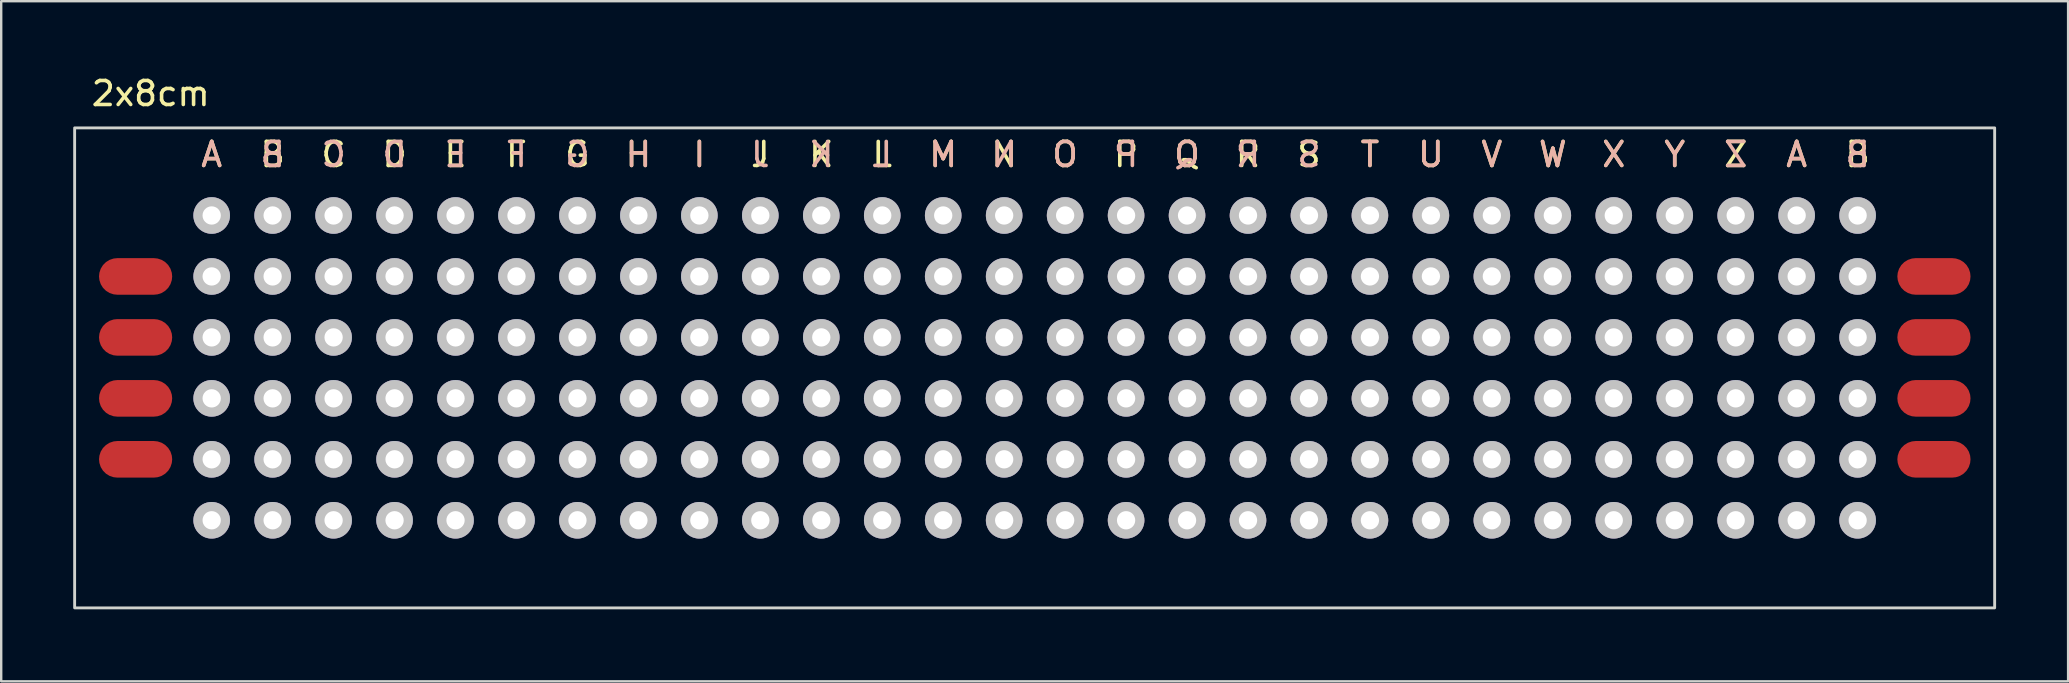
<source format=kicad_pcb>
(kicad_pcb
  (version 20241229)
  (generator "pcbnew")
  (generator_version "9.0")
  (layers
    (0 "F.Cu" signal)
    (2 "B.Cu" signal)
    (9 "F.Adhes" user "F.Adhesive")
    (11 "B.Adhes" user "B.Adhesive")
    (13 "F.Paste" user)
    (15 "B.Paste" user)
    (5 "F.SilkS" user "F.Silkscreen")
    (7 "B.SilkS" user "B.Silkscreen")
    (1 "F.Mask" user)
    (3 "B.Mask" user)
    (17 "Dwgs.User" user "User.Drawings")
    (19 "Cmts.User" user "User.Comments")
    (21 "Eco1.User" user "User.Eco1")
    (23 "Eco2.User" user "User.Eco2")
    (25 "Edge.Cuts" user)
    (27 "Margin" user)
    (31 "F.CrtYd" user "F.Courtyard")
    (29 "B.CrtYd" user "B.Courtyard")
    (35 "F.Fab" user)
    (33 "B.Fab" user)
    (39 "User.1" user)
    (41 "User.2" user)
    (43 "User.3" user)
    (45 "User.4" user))
  (footprint "2x8cm"
    (layer "F.Cu")
    (at 5.77 5.928)
    (property "Reference" "2x8cm" (at -2.54 -5.08 0) (unlocked yes) (layer "F.SilkS") (effects (font (size 1 1) (thickness 0.15))))
    (attr through_hole)
    (fp_rect (start -5.71 -3.65) (end 74.29 16.35) (stroke (width 0.12) (type solid)) (fill no) (layer "Edge.Cuts"))
    (fp_text user "R" (at 43.18 -2.54 0) (unlocked yes) (layer "F.SilkS") (effects (font (size 1 1) (thickness 0.15))))
    (fp_text user "K" (at 25.4 -2.54 0) (unlocked yes) (layer "F.SilkS") (effects (font (size 1 1) (thickness 0.15))))
    (fp_text user "I" (at 20.32 -2.54 0) (unlocked yes) (layer "F.SilkS") (effects (font (size 1 1) (thickness 0.15))))
    (fp_text user "A" (at 66.04 -2.54 0) (unlocked yes) (layer "F.SilkS") (effects (font (size 1 1) (thickness 0.15))))
    (fp_text user "T" (at 48.26 -2.54 0) (unlocked yes) (layer "F.SilkS") (effects (font (size 1 1) (thickness 0.15))))
    (fp_text user "Y" (at 60.96 -2.54 0) (unlocked yes) (layer "F.SilkS") (effects (font (size 1 1) (thickness 0.15))))
    (fp_text user "Q" (at 40.64 -2.54 0) (unlocked yes) (layer "F.SilkS") (effects (font (size 1 1) (thickness 0.15))))
    (fp_text user "L" (at 27.94 -2.54 0) (unlocked yes) (layer "F.SilkS") (effects (font (size 1 1) (thickness 0.15))))
    (fp_text user "S" (at 45.72 -2.54 0) (unlocked yes) (layer "F.SilkS") (effects (font (size 1 1) (thickness 0.15))))
    (fp_text user "P" (at 38.1 -2.54 0) (unlocked yes) (layer "F.SilkS") (effects (font (size 1 1) (thickness 0.15))))
    (fp_text user "C" (at 5.08 -2.54 0) (unlocked yes) (layer "F.SilkS") (effects (font (size 1 1) (thickness 0.15))))
    (fp_text user "X" (at 58.42 -2.54 0) (unlocked yes) (layer "F.SilkS") (effects (font (size 1 1) (thickness 0.15))))
    (fp_text user "B" (at 68.58 -2.54 0) (unlocked yes) (layer "F.SilkS") (effects (font (size 1 1) (thickness 0.15))))
    (fp_text user "H" (at 17.78 -2.54 0) (unlocked yes) (layer "F.SilkS") (effects (font (size 1 1) (thickness 0.15))))
    (fp_text user "Z" (at 63.5 -2.54 0) (unlocked yes) (layer "F.SilkS") (effects (font (size 1 1) (thickness 0.15))))
    (fp_text user "D" (at 7.62 -2.54 0) (unlocked yes) (layer "F.SilkS") (effects (font (size 1 1) (thickness 0.15))))
    (fp_text user "O" (at 35.56 -2.54 0) (unlocked yes) (layer "F.SilkS") (effects (font (size 1 1) (thickness 0.15))))
    (fp_text user "B" (at 2.54 -2.54 0) (unlocked yes) (layer "F.SilkS") (effects (font (size 1 1) (thickness 0.15))))
    (fp_text user "V" (at 53.34 -2.54 0) (unlocked yes) (layer "F.SilkS") (effects (font (size 1 1) (thickness 0.15))))
    (fp_text user "E" (at 10.16 -2.54 0) (unlocked yes) (layer "F.SilkS") (effects (font (size 1 1) (thickness 0.15))))
    (fp_text user "J" (at 22.86 -2.54 0) (unlocked yes) (layer "F.SilkS") (effects (font (size 1 1) (thickness 0.15))))
    (fp_text user "N" (at 33.02 -2.54 0) (unlocked yes) (layer "F.SilkS") (effects (font (size 1 1) (thickness 0.15))))
    (fp_text user "W" (at 55.88 -2.54 0) (unlocked yes) (layer "F.SilkS") (effects (font (size 1 1) (thickness 0.15))))
    (fp_text user "U" (at 50.8 -2.54 0) (unlocked yes) (layer "F.SilkS") (effects (font (size 1 1) (thickness 0.15))))
    (fp_text user "F" (at 12.7 -2.54 0) (unlocked yes) (layer "F.SilkS") (effects (font (size 1 1) (thickness 0.15))))
    (fp_text user "A" (at 0 -2.54 0) (unlocked yes) (layer "F.SilkS") (effects (font (size 1 1) (thickness 0.15))))
    (fp_text user "G" (at 15.24 -2.54 0) (unlocked yes) (layer "F.SilkS") (effects (font (size 1 1) (thickness 0.15))))
    (fp_text user "M" (at 30.48 -2.54 0) (unlocked yes) (layer "F.SilkS") (effects (font (size 1 1) (thickness 0.15))))
    (fp_text user "X" (at 58.42 -2.54 0) (unlocked yes) (layer "B.SilkS") (effects (font (size 1 1) (thickness 0.15)) (justify mirror)))
    (fp_text user "H" (at 17.78 -2.54 0) (unlocked yes) (layer "B.SilkS") (effects (font (size 1 1) (thickness 0.15)) (justify mirror)))
    (fp_text user "Y" (at 60.96 -2.54 0) (unlocked yes) (layer "B.SilkS") (effects (font (size 1 1) (thickness 0.15)) (justify mirror)))
    (fp_text user "D" (at 7.62 -2.54 0) (unlocked yes) (layer "B.SilkS") (effects (font (size 1 1) (thickness 0.15)) (justify mirror)))
    (fp_text user "L" (at 27.94 -2.54 0) (unlocked yes) (layer "B.SilkS") (effects (font (size 1 1) (thickness 0.15)) (justify mirror)))
    (fp_text user "S" (at 45.72 -2.54 0) (unlocked yes) (layer "B.SilkS") (effects (font (size 1 1) (thickness 0.15)) (justify mirror)))
    (fp_text user "V" (at 53.34 -2.54 0) (unlocked yes) (layer "B.SilkS") (effects (font (size 1 1) (thickness 0.15)) (justify mirror)))
    (fp_text user "O" (at 35.56 -2.54 0) (unlocked yes) (layer "B.SilkS") (effects (font (size 1 1) (thickness 0.15)) (justify mirror)))
    (fp_text user "G" (at 15.24 -2.54 0) (unlocked yes) (layer "B.SilkS") (effects (font (size 1 1) (thickness 0.15)) (justify mirror)))
    (fp_text user "B" (at 68.58 -2.54 0) (unlocked yes) (layer "B.SilkS") (effects (font (size 1 1) (thickness 0.15)) (justify mirror)))
    (fp_text user "R" (at 43.18 -2.54 0) (unlocked yes) (layer "B.SilkS") (effects (font (size 1 1) (thickness 0.15)) (justify mirror)))
    (fp_text user "C" (at 5.08 -2.54 0) (unlocked yes) (layer "B.SilkS") (effects (font (size 1 1) (thickness 0.15)) (justify mirror)))
    (fp_text user "J" (at 22.86 -2.54 0) (unlocked yes) (layer "B.SilkS") (effects (font (size 1 1) (thickness 0.15)) (justify mirror)))
    (fp_text user "N" (at 33.02 -2.54 0) (unlocked yes) (layer "B.SilkS") (effects (font (size 1 1) (thickness 0.15)) (justify mirror)))
    (fp_text user "B" (at 2.54 -2.54 0) (unlocked yes) (layer "B.SilkS") (effects (font (size 1 1) (thickness 0.15)) (justify mirror)))
    (fp_text user "P" (at 38.1 -2.54 0) (unlocked yes) (layer "B.SilkS") (effects (font (size 1 1) (thickness 0.15)) (justify mirror)))
    (fp_text user "U" (at 50.8 -2.54 0) (unlocked yes) (layer "B.SilkS") (effects (font (size 1 1) (thickness 0.15)) (justify mirror)))
    (fp_text user "F" (at 12.7 -2.54 0) (unlocked yes) (layer "B.SilkS") (effects (font (size 1 1) (thickness 0.15)) (justify mirror)))
    (fp_text user "Q" (at 40.64 -2.54 0) (unlocked yes) (layer "B.SilkS") (effects (font (size 1 1) (thickness 0.15)) (justify mirror)))
    (fp_text user "M" (at 30.48 -2.54 0) (unlocked yes) (layer "B.SilkS") (effects (font (size 1 1) (thickness 0.15)) (justify mirror)))
    (fp_text user "A" (at 66.04 -2.54 0) (unlocked yes) (layer "B.SilkS") (effects (font (size 1 1) (thickness 0.15)) (justify mirror)))
    (fp_text user "E" (at 10.16 -2.54 0) (unlocked yes) (layer "B.SilkS") (effects (font (size 1 1) (thickness 0.15)) (justify mirror)))
    (fp_text user "K" (at 25.4 -2.54 0) (unlocked yes) (layer "B.SilkS") (effects (font (size 1 1) (thickness 0.15)) (justify mirror)))
    (fp_text user "I" (at 20.32 -2.54 0) (unlocked yes) (layer "B.SilkS") (effects (font (size 1 1) (thickness 0.15)) (justify mirror)))
    (fp_text user "Z" (at 63.5 -2.54 0) (unlocked yes) (layer "B.SilkS") (effects (font (size 1 1) (thickness 0.15)) (justify mirror)))
    (fp_text user "T" (at 48.26 -2.54 0) (unlocked yes) (layer "B.SilkS") (effects (font (size 1 1) (thickness 0.15)) (justify mirror)))
    (fp_text user "W" (at 55.88 -2.54 0) (unlocked yes) (layer "B.SilkS") (effects (font (size 1 1) (thickness 0.15)) (justify mirror)))
    (fp_text user "A" (at 0 -2.54 0) (unlocked yes) (layer "B.SilkS") (effects (font (size 1 1) (thickness 0.15)) (justify mirror)))
    (pad "1" smd roundrect (at -3.17 2.54) (size 3.048 1.524) (layers "F.Cu" "F.Mask" "F.Paste") (roundrect_rratio 0.5))
    (pad "1" thru_hole circle (at 0 0) (size 1.524 1.524) (drill 0.762) (layers "*.Cu" "Dwgs.User"))
    (pad "1" smd roundrect (at 71.76 2.54) (size 3.048 1.524) (layers "F.Cu" "F.Mask" "F.Paste") (roundrect_rratio 0.5))
    (pad "2" smd roundrect (at -3.17 5.08) (size 3.048 1.524) (layers "F.Cu" "F.Mask" "F.Paste") (roundrect_rratio 0.5))
    (pad "2" thru_hole circle (at 2.54 0) (size 1.524 1.524) (drill 0.762) (layers "*.Cu" "Dwgs.User"))
    (pad "2" smd roundrect (at 71.76 5.08) (size 3.048 1.524) (layers "F.Cu" "F.Mask" "F.Paste") (roundrect_rratio 0.5))
    (pad "3" smd roundrect (at -3.17 7.62) (size 3.048 1.524) (layers "F.Cu" "F.Mask" "F.Paste") (roundrect_rratio 0.5))
    (pad "3" thru_hole circle (at 5.08 0) (size 1.524 1.524) (drill 0.762) (layers "*.Cu" "Dwgs.User"))
    (pad "3" smd roundrect (at 71.76 7.62) (size 3.048 1.524) (layers "F.Cu" "F.Mask" "F.Paste") (roundrect_rratio 0.5))
    (pad "4" smd roundrect (at -3.17 10.16) (size 3.048 1.524) (layers "F.Cu" "F.Mask" "F.Paste") (roundrect_rratio 0.5))
    (pad "4" thru_hole circle (at 7.62 0) (size 1.524 1.524) (drill 0.762) (layers "*.Cu" "Dwgs.User"))
    (pad "4" smd roundrect (at 71.76 10.16) (size 3.048 1.524) (layers "F.Cu" "F.Mask" "F.Paste") (roundrect_rratio 0.5))
    (pad "5" thru_hole circle (at 10.16 0) (size 1.524 1.524) (drill 0.762) (layers "*.Cu" "Dwgs.User"))
    (pad "6" thru_hole circle (at 12.7 0) (size 1.524 1.524) (drill 0.762) (layers "*.Cu" "Dwgs.User"))
    (pad "7" thru_hole circle (at 15.24 0) (size 1.524 1.524) (drill 0.762) (layers "*.Cu" "Dwgs.User"))
    (pad "8" thru_hole circle (at 17.78 0) (size 1.524 1.524) (drill 0.762) (layers "*.Cu" "Dwgs.User"))
    (pad "9" thru_hole circle (at 20.32 0) (size 1.524 1.524) (drill 0.762) (layers "*.Cu" "Dwgs.User"))
    (pad "10" thru_hole circle (at 22.86 0) (size 1.524 1.524) (drill 0.762) (layers "*.Cu" "Dwgs.User"))
    (pad "11" thru_hole circle (at 25.4 0) (size 1.524 1.524) (drill 0.762) (layers "*.Cu" "Dwgs.User"))
    (pad "12" thru_hole circle (at 27.94 0) (size 1.524 1.524) (drill 0.762) (layers "*.Cu" "Dwgs.User"))
    (pad "13" thru_hole circle (at 30.48 0) (size 1.524 1.524) (drill 0.762) (layers "*.Cu" "Dwgs.User"))
    (pad "14" thru_hole circle (at 33.02 0) (size 1.524 1.524) (drill 0.762) (layers "*.Cu" "Dwgs.User"))
    (pad "15" thru_hole circle (at 35.56 0) (size 1.524 1.524) (drill 0.762) (layers "*.Cu" "Dwgs.User"))
    (pad "16" thru_hole circle (at 38.1 0) (size 1.524 1.524) (drill 0.762) (layers "*.Cu" "Dwgs.User"))
    (pad "17" thru_hole circle (at 40.64 0) (size 1.524 1.524) (drill 0.762) (layers "*.Cu" "Dwgs.User"))
    (pad "18" thru_hole circle (at 43.18 0) (size 1.524 1.524) (drill 0.762) (layers "*.Cu" "Dwgs.User"))
    (pad "19" thru_hole circle (at 45.72 0) (size 1.524 1.524) (drill 0.762) (layers "*.Cu" "Dwgs.User"))
    (pad "20" thru_hole circle (at 48.26 0) (size 1.524 1.524) (drill 0.762) (layers "*.Cu" "Dwgs.User"))
    (pad "21" thru_hole circle (at 50.8 0) (size 1.524 1.524) (drill 0.762) (layers "*.Cu" "Dwgs.User"))
    (pad "22" thru_hole circle (at 53.34 0) (size 1.524 1.524) (drill 0.762) (layers "*.Cu" "Dwgs.User"))
    (pad "23" thru_hole circle (at 55.88 0) (size 1.524 1.524) (drill 0.762) (layers "*.Cu" "Dwgs.User"))
    (pad "24" thru_hole circle (at 58.42 0) (size 1.524 1.524) (drill 0.762) (layers "*.Cu" "Dwgs.User"))
    (pad "25" thru_hole circle (at 60.96 0) (size 1.524 1.524) (drill 0.762) (layers "*.Cu" "Dwgs.User"))
    (pad "26" thru_hole circle (at 63.5 0) (size 1.524 1.524) (drill 0.762) (layers "*.Cu" "Dwgs.User"))
    (pad "27" thru_hole circle (at 66.04 0) (size 1.524 1.524) (drill 0.762) (layers "*.Cu" "Dwgs.User"))
    (pad "28" thru_hole circle (at 68.58 0) (size 1.524 1.524) (drill 0.762) (layers "*.Cu" "Dwgs.User"))
    (pad "29" thru_hole circle (at 0 2.54) (size 1.524 1.524) (drill 0.762) (layers "*.Cu" "Dwgs.User"))
    (pad "30" thru_hole circle (at 2.54 2.54) (size 1.524 1.524) (drill 0.762) (layers "*.Cu" "Dwgs.User"))
    (pad "31" thru_hole circle (at 5.08 2.54) (size 1.524 1.524) (drill 0.762) (layers "*.Cu" "Dwgs.User"))
    (pad "32" thru_hole circle (at 7.62 2.54) (size 1.524 1.524) (drill 0.762) (layers "*.Cu" "Dwgs.User"))
    (pad "33" thru_hole circle (at 10.16 2.54) (size 1.524 1.524) (drill 0.762) (layers "*.Cu" "Dwgs.User"))
    (pad "34" thru_hole circle (at 12.7 2.54) (size 1.524 1.524) (drill 0.762) (layers "*.Cu" "Dwgs.User"))
    (pad "35" thru_hole circle (at 15.24 2.54) (size 1.524 1.524) (drill 0.762) (layers "*.Cu" "Dwgs.User"))
    (pad "36" thru_hole circle (at 17.78 2.54) (size 1.524 1.524) (drill 0.762) (layers "*.Cu" "Dwgs.User"))
    (pad "37" thru_hole circle (at 20.32 2.54) (size 1.524 1.524) (drill 0.762) (layers "*.Cu" "Dwgs.User"))
    (pad "38" thru_hole circle (at 22.86 2.54) (size 1.524 1.524) (drill 0.762) (layers "*.Cu" "Dwgs.User"))
    (pad "39" thru_hole circle (at 25.4 2.54) (size 1.524 1.524) (drill 0.762) (layers "*.Cu" "Dwgs.User"))
    (pad "40" thru_hole circle (at 27.94 2.54) (size 1.524 1.524) (drill 0.762) (layers "*.Cu" "Dwgs.User"))
    (pad "41" thru_hole circle (at 30.48 2.54) (size 1.524 1.524) (drill 0.762) (layers "*.Cu" "Dwgs.User"))
    (pad "42" thru_hole circle (at 33.02 2.54) (size 1.524 1.524) (drill 0.762) (layers "*.Cu" "Dwgs.User"))
    (pad "43" thru_hole circle (at 35.56 2.54) (size 1.524 1.524) (drill 0.762) (layers "*.Cu" "Dwgs.User"))
    (pad "44" thru_hole circle (at 38.1 2.54) (size 1.524 1.524) (drill 0.762) (layers "*.Cu" "Dwgs.User"))
    (pad "45" thru_hole circle (at 40.64 2.54) (size 1.524 1.524) (drill 0.762) (layers "*.Cu" "Dwgs.User"))
    (pad "46" thru_hole circle (at 43.18 2.54) (size 1.524 1.524) (drill 0.762) (layers "*.Cu" "Dwgs.User"))
    (pad "47" thru_hole circle (at 45.72 2.54) (size 1.524 1.524) (drill 0.762) (layers "*.Cu" "Dwgs.User"))
    (pad "48" thru_hole circle (at 48.26 2.54) (size 1.524 1.524) (drill 0.762) (layers "*.Cu" "Dwgs.User"))
    (pad "49" thru_hole circle (at 50.8 2.54) (size 1.524 1.524) (drill 0.762) (layers "*.Cu" "Dwgs.User"))
    (pad "50" thru_hole circle (at 53.34 2.54) (size 1.524 1.524) (drill 0.762) (layers "*.Cu" "Dwgs.User"))
    (pad "51" thru_hole circle (at 55.88 2.54) (size 1.524 1.524) (drill 0.762) (layers "*.Cu" "Dwgs.User"))
    (pad "52" thru_hole circle (at 58.42 2.54) (size 1.524 1.524) (drill 0.762) (layers "*.Cu" "Dwgs.User"))
    (pad "53" thru_hole circle (at 60.96 2.54) (size 1.524 1.524) (drill 0.762) (layers "*.Cu" "Dwgs.User"))
    (pad "54" thru_hole circle (at 63.5 2.54) (size 1.524 1.524) (drill 0.762) (layers "*.Cu" "Dwgs.User"))
    (pad "55" thru_hole circle (at 66.04 2.54) (size 1.524 1.524) (drill 0.762) (layers "*.Cu" "Dwgs.User"))
    (pad "56" thru_hole circle (at 68.58 2.54) (size 1.524 1.524) (drill 0.762) (layers "*.Cu" "Dwgs.User"))
    (pad "57" thru_hole circle (at 0 5.08) (size 1.524 1.524) (drill 0.762) (layers "*.Cu" "Dwgs.User"))
    (pad "58" thru_hole circle (at 2.54 5.08) (size 1.524 1.524) (drill 0.762) (layers "*.Cu" "Dwgs.User"))
    (pad "59" thru_hole circle (at 5.08 5.08) (size 1.524 1.524) (drill 0.762) (layers "*.Cu" "Dwgs.User"))
    (pad "60" thru_hole circle (at 7.62 5.08) (size 1.524 1.524) (drill 0.762) (layers "*.Cu" "Dwgs.User"))
    (pad "61" thru_hole circle (at 10.16 5.08) (size 1.524 1.524) (drill 0.762) (layers "*.Cu" "Dwgs.User"))
    (pad "62" thru_hole circle (at 12.7 5.08) (size 1.524 1.524) (drill 0.762) (layers "*.Cu" "Dwgs.User"))
    (pad "63" thru_hole circle (at 15.24 5.08) (size 1.524 1.524) (drill 0.762) (layers "*.Cu" "Dwgs.User"))
    (pad "64" thru_hole circle (at 17.78 5.08) (size 1.524 1.524) (drill 0.762) (layers "*.Cu" "Dwgs.User"))
    (pad "65" thru_hole circle (at 20.32 5.08) (size 1.524 1.524) (drill 0.762) (layers "*.Cu" "Dwgs.User"))
    (pad "66" thru_hole circle (at 22.86 5.08) (size 1.524 1.524) (drill 0.762) (layers "*.Cu" "Dwgs.User"))
    (pad "67" thru_hole circle (at 25.4 5.08) (size 1.524 1.524) (drill 0.762) (layers "*.Cu" "Dwgs.User"))
    (pad "68" thru_hole circle (at 27.94 5.08) (size 1.524 1.524) (drill 0.762) (layers "*.Cu" "Dwgs.User"))
    (pad "69" thru_hole circle (at 30.48 5.08) (size 1.524 1.524) (drill 0.762) (layers "*.Cu" "Dwgs.User"))
    (pad "70" thru_hole circle (at 33.02 5.08) (size 1.524 1.524) (drill 0.762) (layers "*.Cu" "Dwgs.User"))
    (pad "71" thru_hole circle (at 35.56 5.08) (size 1.524 1.524) (drill 0.762) (layers "*.Cu" "Dwgs.User"))
    (pad "72" thru_hole circle (at 38.1 5.08) (size 1.524 1.524) (drill 0.762) (layers "*.Cu" "Dwgs.User"))
    (pad "73" thru_hole circle (at 40.64 5.08) (size 1.524 1.524) (drill 0.762) (layers "*.Cu" "Dwgs.User"))
    (pad "74" thru_hole circle (at 43.18 5.08) (size 1.524 1.524) (drill 0.762) (layers "*.Cu" "Dwgs.User"))
    (pad "75" thru_hole circle (at 45.72 5.08) (size 1.524 1.524) (drill 0.762) (layers "*.Cu" "Dwgs.User"))
    (pad "76" thru_hole circle (at 48.26 5.08) (size 1.524 1.524) (drill 0.762) (layers "*.Cu" "Dwgs.User"))
    (pad "77" thru_hole circle (at 50.8 5.08) (size 1.524 1.524) (drill 0.762) (layers "*.Cu" "Dwgs.User"))
    (pad "78" thru_hole circle (at 53.34 5.08) (size 1.524 1.524) (drill 0.762) (layers "*.Cu" "Dwgs.User"))
    (pad "79" thru_hole circle (at 55.88 5.08) (size 1.524 1.524) (drill 0.762) (layers "*.Cu" "Dwgs.User"))
    (pad "80" thru_hole circle (at 58.42 5.08) (size 1.524 1.524) (drill 0.762) (layers "*.Cu" "Dwgs.User"))
    (pad "81" thru_hole circle (at 60.96 5.08) (size 1.524 1.524) (drill 0.762) (layers "*.Cu" "Dwgs.User"))
    (pad "82" thru_hole circle (at 63.5 5.08) (size 1.524 1.524) (drill 0.762) (layers "*.Cu" "Dwgs.User"))
    (pad "83" thru_hole circle (at 66.04 5.08) (size 1.524 1.524) (drill 0.762) (layers "*.Cu" "Dwgs.User"))
    (pad "84" thru_hole circle (at 68.58 5.08) (size 1.524 1.524) (drill 0.762) (layers "*.Cu" "Dwgs.User"))
    (pad "85" thru_hole circle (at 0 7.62) (size 1.524 1.524) (drill 0.762) (layers "*.Cu" "Dwgs.User"))
    (pad "86" thru_hole circle (at 2.54 7.62) (size 1.524 1.524) (drill 0.762) (layers "*.Cu" "Dwgs.User"))
    (pad "87" thru_hole circle (at 5.08 7.62) (size 1.524 1.524) (drill 0.762) (layers "*.Cu" "Dwgs.User"))
    (pad "88" thru_hole circle (at 7.62 7.62) (size 1.524 1.524) (drill 0.762) (layers "*.Cu" "Dwgs.User"))
    (pad "89" thru_hole circle (at 10.16 7.62) (size 1.524 1.524) (drill 0.762) (layers "*.Cu" "Dwgs.User"))
    (pad "90" thru_hole circle (at 12.7 7.62) (size 1.524 1.524) (drill 0.762) (layers "*.Cu" "Dwgs.User"))
    (pad "91" thru_hole circle (at 15.24 7.62) (size 1.524 1.524) (drill 0.762) (layers "*.Cu" "Dwgs.User"))
    (pad "92" thru_hole circle (at 17.78 7.62) (size 1.524 1.524) (drill 0.762) (layers "*.Cu" "Dwgs.User"))
    (pad "93" thru_hole circle (at 20.32 7.62) (size 1.524 1.524) (drill 0.762) (layers "*.Cu" "Dwgs.User"))
    (pad "94" thru_hole circle (at 22.86 7.62) (size 1.524 1.524) (drill 0.762) (layers "*.Cu" "Dwgs.User"))
    (pad "95" thru_hole circle (at 25.4 7.62) (size 1.524 1.524) (drill 0.762) (layers "*.Cu" "Dwgs.User"))
    (pad "96" thru_hole circle (at 27.94 7.62) (size 1.524 1.524) (drill 0.762) (layers "*.Cu" "Dwgs.User"))
    (pad "97" thru_hole circle (at 30.48 7.62) (size 1.524 1.524) (drill 0.762) (layers "*.Cu" "Dwgs.User"))
    (pad "98" thru_hole circle (at 33.02 7.62) (size 1.524 1.524) (drill 0.762) (layers "*.Cu" "Dwgs.User"))
    (pad "99" thru_hole circle (at 35.56 7.62) (size 1.524 1.524) (drill 0.762) (layers "*.Cu" "Dwgs.User"))
    (pad "100" thru_hole circle (at 38.1 7.62) (size 1.524 1.524) (drill 0.762) (layers "*.Cu" "Dwgs.User"))
    (pad "101" thru_hole circle (at 40.64 7.62) (size 1.524 1.524) (drill 0.762) (layers "*.Cu" "Dwgs.User"))
    (pad "102" thru_hole circle (at 43.18 7.62) (size 1.524 1.524) (drill 0.762) (layers "*.Cu" "Dwgs.User"))
    (pad "103" thru_hole circle (at 45.72 7.62) (size 1.524 1.524) (drill 0.762) (layers "*.Cu" "Dwgs.User"))
    (pad "104" thru_hole circle (at 48.26 7.62) (size 1.524 1.524) (drill 0.762) (layers "*.Cu" "Dwgs.User"))
    (pad "105" thru_hole circle (at 50.8 7.62) (size 1.524 1.524) (drill 0.762) (layers "*.Cu" "Dwgs.User"))
    (pad "106" thru_hole circle (at 53.34 7.62) (size 1.524 1.524) (drill 0.762) (layers "*.Cu" "Dwgs.User"))
    (pad "107" thru_hole circle (at 55.88 7.62) (size 1.524 1.524) (drill 0.762) (layers "*.Cu" "Dwgs.User"))
    (pad "108" thru_hole circle (at 58.42 7.62) (size 1.524 1.524) (drill 0.762) (layers "*.Cu" "Dwgs.User"))
    (pad "109" thru_hole circle (at 60.96 7.62) (size 1.524 1.524) (drill 0.762) (layers "*.Cu" "Dwgs.User"))
    (pad "110" thru_hole circle (at 63.5 7.62) (size 1.524 1.524) (drill 0.762) (layers "*.Cu" "Dwgs.User"))
    (pad "111" thru_hole circle (at 66.04 7.62) (size 1.524 1.524) (drill 0.762) (layers "*.Cu" "Dwgs.User"))
    (pad "112" thru_hole circle (at 68.58 7.62) (size 1.524 1.524) (drill 0.762) (layers "*.Cu" "Dwgs.User"))
    (pad "113" thru_hole circle (at 0 10.16) (size 1.524 1.524) (drill 0.762) (layers "*.Cu" "Dwgs.User"))
    (pad "114" thru_hole circle (at 2.54 10.16) (size 1.524 1.524) (drill 0.762) (layers "*.Cu" "Dwgs.User"))
    (pad "115" thru_hole circle (at 5.08 10.16) (size 1.524 1.524) (drill 0.762) (layers "*.Cu" "Dwgs.User"))
    (pad "116" thru_hole circle (at 7.62 10.16) (size 1.524 1.524) (drill 0.762) (layers "*.Cu" "Dwgs.User"))
    (pad "117" thru_hole circle (at 10.16 10.16) (size 1.524 1.524) (drill 0.762) (layers "*.Cu" "Dwgs.User"))
    (pad "118" thru_hole circle (at 12.7 10.16) (size 1.524 1.524) (drill 0.762) (layers "*.Cu" "Dwgs.User"))
    (pad "119" thru_hole circle (at 15.24 10.16) (size 1.524 1.524) (drill 0.762) (layers "*.Cu" "Dwgs.User"))
    (pad "120" thru_hole circle (at 17.78 10.16) (size 1.524 1.524) (drill 0.762) (layers "*.Cu" "Dwgs.User"))
    (pad "121" thru_hole circle (at 20.32 10.16) (size 1.524 1.524) (drill 0.762) (layers "*.Cu" "Dwgs.User"))
    (pad "122" thru_hole circle (at 22.86 10.16) (size 1.524 1.524) (drill 0.762) (layers "*.Cu" "Dwgs.User"))
    (pad "123" thru_hole circle (at 25.4 10.16) (size 1.524 1.524) (drill 0.762) (layers "*.Cu" "Dwgs.User"))
    (pad "124" thru_hole circle (at 27.94 10.16) (size 1.524 1.524) (drill 0.762) (layers "*.Cu" "Dwgs.User"))
    (pad "125" thru_hole circle (at 30.48 10.16) (size 1.524 1.524) (drill 0.762) (layers "*.Cu" "Dwgs.User"))
    (pad "126" thru_hole circle (at 33.02 10.16) (size 1.524 1.524) (drill 0.762) (layers "*.Cu" "Dwgs.User"))
    (pad "127" thru_hole circle (at 35.56 10.16) (size 1.524 1.524) (drill 0.762) (layers "*.Cu" "Dwgs.User"))
    (pad "128" thru_hole circle (at 38.1 10.16) (size 1.524 1.524) (drill 0.762) (layers "*.Cu" "Dwgs.User"))
    (pad "129" thru_hole circle (at 40.64 10.16) (size 1.524 1.524) (drill 0.762) (layers "*.Cu" "Dwgs.User"))
    (pad "130" thru_hole circle (at 43.18 10.16) (size 1.524 1.524) (drill 0.762) (layers "*.Cu" "Dwgs.User"))
    (pad "131" thru_hole circle (at 45.72 10.16) (size 1.524 1.524) (drill 0.762) (layers "*.Cu" "Dwgs.User"))
    (pad "132" thru_hole circle (at 48.26 10.16) (size 1.524 1.524) (drill 0.762) (layers "*.Cu" "Dwgs.User"))
    (pad "133" thru_hole circle (at 50.8 10.16) (size 1.524 1.524) (drill 0.762) (layers "*.Cu" "Dwgs.User"))
    (pad "134" thru_hole circle (at 53.34 10.16) (size 1.524 1.524) (drill 0.762) (layers "*.Cu" "Dwgs.User"))
    (pad "135" thru_hole circle (at 55.88 10.16) (size 1.524 1.524) (drill 0.762) (layers "*.Cu" "Dwgs.User"))
    (pad "136" thru_hole circle (at 58.42 10.16) (size 1.524 1.524) (drill 0.762) (layers "*.Cu" "Dwgs.User"))
    (pad "137" thru_hole circle (at 60.96 10.16) (size 1.524 1.524) (drill 0.762) (layers "*.Cu" "Dwgs.User"))
    (pad "138" thru_hole circle (at 63.5 10.16) (size 1.524 1.524) (drill 0.762) (layers "*.Cu" "Dwgs.User"))
    (pad "139" thru_hole circle (at 66.04 10.16) (size 1.524 1.524) (drill 0.762) (layers "*.Cu" "Dwgs.User"))
    (pad "140" thru_hole circle (at 68.58 10.16) (size 1.524 1.524) (drill 0.762) (layers "*.Cu" "Dwgs.User"))
    (pad "141" thru_hole circle (at 0 12.7) (size 1.524 1.524) (drill 0.762) (layers "*.Cu" "Dwgs.User"))
    (pad "142" thru_hole circle (at 2.54 12.7) (size 1.524 1.524) (drill 0.762) (layers "*.Cu" "Dwgs.User"))
    (pad "143" thru_hole circle (at 5.08 12.7) (size 1.524 1.524) (drill 0.762) (layers "*.Cu" "Dwgs.User"))
    (pad "144" thru_hole circle (at 7.62 12.7) (size 1.524 1.524) (drill 0.762) (layers "*.Cu" "Dwgs.User"))
    (pad "145" thru_hole circle (at 10.16 12.7) (size 1.524 1.524) (drill 0.762) (layers "*.Cu" "Dwgs.User"))
    (pad "146" thru_hole circle (at 12.7 12.7) (size 1.524 1.524) (drill 0.762) (layers "*.Cu" "Dwgs.User"))
    (pad "147" thru_hole circle (at 15.24 12.7) (size 1.524 1.524) (drill 0.762) (layers "*.Cu" "Dwgs.User"))
    (pad "148" thru_hole circle (at 17.78 12.7) (size 1.524 1.524) (drill 0.762) (layers "*.Cu" "Dwgs.User"))
    (pad "149" thru_hole circle (at 20.32 12.7) (size 1.524 1.524) (drill 0.762) (layers "*.Cu" "Dwgs.User"))
    (pad "150" thru_hole circle (at 22.86 12.7) (size 1.524 1.524) (drill 0.762) (layers "*.Cu" "Dwgs.User"))
    (pad "151" thru_hole circle (at 25.4 12.7) (size 1.524 1.524) (drill 0.762) (layers "*.Cu" "Dwgs.User"))
    (pad "152" thru_hole circle (at 27.94 12.7) (size 1.524 1.524) (drill 0.762) (layers "*.Cu" "Dwgs.User"))
    (pad "153" thru_hole circle (at 30.48 12.7) (size 1.524 1.524) (drill 0.762) (layers "*.Cu" "Dwgs.User"))
    (pad "154" thru_hole circle (at 33.02 12.7) (size 1.524 1.524) (drill 0.762) (layers "*.Cu" "Dwgs.User"))
    (pad "155" thru_hole circle (at 35.56 12.7) (size 1.524 1.524) (drill 0.762) (layers "*.Cu" "Dwgs.User"))
    (pad "156" thru_hole circle (at 38.1 12.7) (size 1.524 1.524) (drill 0.762) (layers "*.Cu" "Dwgs.User"))
    (pad "157" thru_hole circle (at 40.64 12.7) (size 1.524 1.524) (drill 0.762) (layers "*.Cu" "Dwgs.User"))
    (pad "158" thru_hole circle (at 43.18 12.7) (size 1.524 1.524) (drill 0.762) (layers "*.Cu" "Dwgs.User"))
    (pad "159" thru_hole circle (at 45.72 12.7) (size 1.524 1.524) (drill 0.762) (layers "*.Cu" "Dwgs.User"))
    (pad "160" thru_hole circle (at 48.26 12.7) (size 1.524 1.524) (drill 0.762) (layers "*.Cu" "Dwgs.User"))
    (pad "161" thru_hole circle (at 50.8 12.7) (size 1.524 1.524) (drill 0.762) (layers "*.Cu" "Dwgs.User"))
    (pad "162" thru_hole circle (at 53.34 12.7) (size 1.524 1.524) (drill 0.762) (layers "*.Cu" "Dwgs.User"))
    (pad "163" thru_hole circle (at 55.88 12.7) (size 1.524 1.524) (drill 0.762) (layers "*.Cu" "Dwgs.User"))
    (pad "164" thru_hole circle (at 58.42 12.7) (size 1.524 1.524) (drill 0.762) (layers "*.Cu" "Dwgs.User"))
    (pad "165" thru_hole circle (at 60.96 12.7) (size 1.524 1.524) (drill 0.762) (layers "*.Cu" "Dwgs.User"))
    (pad "166" thru_hole circle (at 63.5 12.7) (size 1.524 1.524) (drill 0.762) (layers "*.Cu" "Dwgs.User"))
    (pad "167" thru_hole circle (at 66.04 12.7) (size 1.524 1.524) (drill 0.762) (layers "*.Cu" "Dwgs.User"))
    (pad "168" thru_hole circle (at 68.58 12.7) (size 1.524 1.524) (drill 0.762) (layers "*.Cu" "Dwgs.User")))
  (gr_rect
    (start -3 -3)
    (end 83.12 25.338)
    (stroke (width 0.1) (type default))
    (fill no)
    (layer "Edge.Cuts")))
</source>
